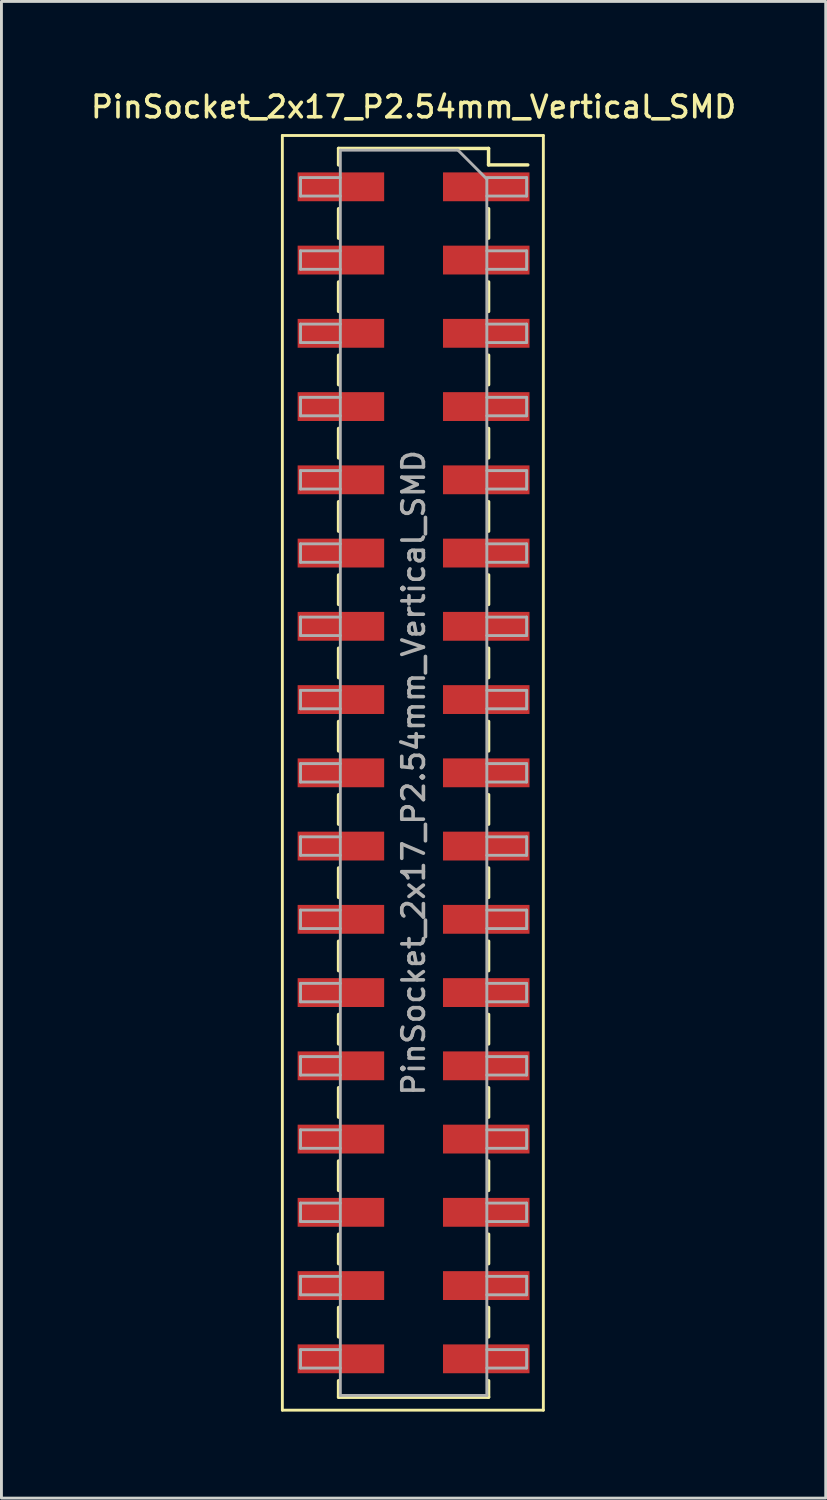
<source format=kicad_pcb>
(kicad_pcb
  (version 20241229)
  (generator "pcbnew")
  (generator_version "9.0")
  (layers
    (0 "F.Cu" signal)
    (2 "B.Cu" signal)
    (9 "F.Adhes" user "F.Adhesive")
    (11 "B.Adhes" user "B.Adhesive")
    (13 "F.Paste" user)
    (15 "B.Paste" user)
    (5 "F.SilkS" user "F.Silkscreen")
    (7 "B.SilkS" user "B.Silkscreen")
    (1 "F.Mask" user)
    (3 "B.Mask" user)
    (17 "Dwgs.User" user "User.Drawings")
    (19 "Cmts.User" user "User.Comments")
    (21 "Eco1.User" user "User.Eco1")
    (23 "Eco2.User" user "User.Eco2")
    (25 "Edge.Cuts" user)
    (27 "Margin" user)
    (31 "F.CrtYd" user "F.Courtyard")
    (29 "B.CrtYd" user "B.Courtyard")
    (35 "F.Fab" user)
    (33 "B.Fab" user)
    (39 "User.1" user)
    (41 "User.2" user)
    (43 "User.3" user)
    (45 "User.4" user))
  (footprint "PinSocket_2x17_P2.54mm_Vertical_SMD"
    (layer "F.Cu")
    (at 11.291 23.748)
    (property "Reference" "PinSocket_2x17_P2.54mm_Vertical_SMD" (at 0 -23.09 0) (layer "F.SilkS") (effects (font (size 0.75 0.75) (thickness 0.125))))
    (attr smd)
    (fp_line (start -4.55 -22.1) (end 4.5 -22.1) (stroke (width 0.1) (type solid)) (layer "F.SilkS"))
    (fp_line (start -4.55 22.1) (end -4.55 -22.1) (stroke (width 0.1) (type solid)) (layer "F.SilkS"))
    (fp_line (start -2.6 -21.65) (end -2.6 -21.08) (stroke (width 0.12) (type solid)) (layer "F.SilkS"))
    (fp_line (start -2.6 -21.65) (end 2.6 -21.65) (stroke (width 0.12) (type solid)) (layer "F.SilkS"))
    (fp_line (start -2.6 -19.56) (end -2.6 -18.54) (stroke (width 0.12) (type solid)) (layer "F.SilkS"))
    (fp_line (start -2.6 -17.02) (end -2.6 -16) (stroke (width 0.12) (type solid)) (layer "F.SilkS"))
    (fp_line (start -2.6 -14.48) (end -2.6 -13.46) (stroke (width 0.12) (type solid)) (layer "F.SilkS"))
    (fp_line (start -2.6 -11.94) (end -2.6 -10.92) (stroke (width 0.12) (type solid)) (layer "F.SilkS"))
    (fp_line (start -2.6 -9.4) (end -2.6 -8.38) (stroke (width 0.12) (type solid)) (layer "F.SilkS"))
    (fp_line (start -2.6 -6.86) (end -2.6 -5.84) (stroke (width 0.12) (type solid)) (layer "F.SilkS"))
    (fp_line (start -2.6 -4.32) (end -2.6 -3.3) (stroke (width 0.12) (type solid)) (layer "F.SilkS"))
    (fp_line (start -2.6 -1.78) (end -2.6 -0.76) (stroke (width 0.12) (type solid)) (layer "F.SilkS"))
    (fp_line (start -2.6 0.76) (end -2.6 1.78) (stroke (width 0.12) (type solid)) (layer "F.SilkS"))
    (fp_line (start -2.6 3.3) (end -2.6 4.32) (stroke (width 0.12) (type solid)) (layer "F.SilkS"))
    (fp_line (start -2.6 5.84) (end -2.6 6.86) (stroke (width 0.12) (type solid)) (layer "F.SilkS"))
    (fp_line (start -2.6 8.38) (end -2.6 9.4) (stroke (width 0.12) (type solid)) (layer "F.SilkS"))
    (fp_line (start -2.6 10.92) (end -2.6 11.94) (stroke (width 0.12) (type solid)) (layer "F.SilkS"))
    (fp_line (start -2.6 13.46) (end -2.6 14.48) (stroke (width 0.12) (type solid)) (layer "F.SilkS"))
    (fp_line (start -2.6 16) (end -2.6 17.02) (stroke (width 0.12) (type solid)) (layer "F.SilkS"))
    (fp_line (start -2.6 18.54) (end -2.6 19.56) (stroke (width 0.12) (type solid)) (layer "F.SilkS"))
    (fp_line (start -2.6 21.08) (end -2.6 21.65) (stroke (width 0.12) (type solid)) (layer "F.SilkS"))
    (fp_line (start -2.6 21.65) (end 2.6 21.65) (stroke (width 0.12) (type solid)) (layer "F.SilkS"))
    (fp_line (start 2.6 -21.65) (end 2.6 -21.08) (stroke (width 0.12) (type solid)) (layer "F.SilkS"))
    (fp_line (start 2.6 -21.08) (end 3.96 -21.08) (stroke (width 0.12) (type solid)) (layer "F.SilkS"))
    (fp_line (start 2.6 -19.56) (end 2.6 -18.54) (stroke (width 0.12) (type solid)) (layer "F.SilkS"))
    (fp_line (start 2.6 -17.02) (end 2.6 -16) (stroke (width 0.12) (type solid)) (layer "F.SilkS"))
    (fp_line (start 2.6 -14.48) (end 2.6 -13.46) (stroke (width 0.12) (type solid)) (layer "F.SilkS"))
    (fp_line (start 2.6 -11.94) (end 2.6 -10.92) (stroke (width 0.12) (type solid)) (layer "F.SilkS"))
    (fp_line (start 2.6 -9.4) (end 2.6 -8.38) (stroke (width 0.12) (type solid)) (layer "F.SilkS"))
    (fp_line (start 2.6 -6.86) (end 2.6 -5.84) (stroke (width 0.12) (type solid)) (layer "F.SilkS"))
    (fp_line (start 2.6 -4.32) (end 2.6 -3.3) (stroke (width 0.12) (type solid)) (layer "F.SilkS"))
    (fp_line (start 2.6 -1.78) (end 2.6 -0.76) (stroke (width 0.12) (type solid)) (layer "F.SilkS"))
    (fp_line (start 2.6 0.76) (end 2.6 1.78) (stroke (width 0.12) (type solid)) (layer "F.SilkS"))
    (fp_line (start 2.6 3.3) (end 2.6 4.32) (stroke (width 0.12) (type solid)) (layer "F.SilkS"))
    (fp_line (start 2.6 5.84) (end 2.6 6.86) (stroke (width 0.12) (type solid)) (layer "F.SilkS"))
    (fp_line (start 2.6 8.38) (end 2.6 9.4) (stroke (width 0.12) (type solid)) (layer "F.SilkS"))
    (fp_line (start 2.6 10.92) (end 2.6 11.94) (stroke (width 0.12) (type solid)) (layer "F.SilkS"))
    (fp_line (start 2.6 13.46) (end 2.6 14.48) (stroke (width 0.12) (type solid)) (layer "F.SilkS"))
    (fp_line (start 2.6 16) (end 2.6 17.02) (stroke (width 0.12) (type solid)) (layer "F.SilkS"))
    (fp_line (start 2.6 18.54) (end 2.6 19.56) (stroke (width 0.12) (type solid)) (layer "F.SilkS"))
    (fp_line (start 2.6 21.08) (end 2.6 21.65) (stroke (width 0.12) (type solid)) (layer "F.SilkS"))
    (fp_line (start 4.5 -22.1) (end 4.5 22.1) (stroke (width 0.1) (type solid)) (layer "F.SilkS"))
    (fp_line (start 4.5 22.1) (end -4.55 22.1) (stroke (width 0.1) (type solid)) (layer "F.SilkS"))
    (fp_line (start -3.92 -20.64) (end -2.54 -20.64) (stroke (width 0.1) (type solid)) (layer "F.Fab"))
    (fp_line (start -3.92 -20) (end -3.92 -20.64) (stroke (width 0.1) (type solid)) (layer "F.Fab"))
    (fp_line (start -3.92 -18.1) (end -2.54 -18.1) (stroke (width 0.1) (type solid)) (layer "F.Fab"))
    (fp_line (start -3.92 -17.46) (end -3.92 -18.1) (stroke (width 0.1) (type solid)) (layer "F.Fab"))
    (fp_line (start -3.92 -15.56) (end -2.54 -15.56) (stroke (width 0.1) (type solid)) (layer "F.Fab"))
    (fp_line (start -3.92 -14.92) (end -3.92 -15.56) (stroke (width 0.1) (type solid)) (layer "F.Fab"))
    (fp_line (start -3.92 -13.02) (end -2.54 -13.02) (stroke (width 0.1) (type solid)) (layer "F.Fab"))
    (fp_line (start -3.92 -12.38) (end -3.92 -13.02) (stroke (width 0.1) (type solid)) (layer "F.Fab"))
    (fp_line (start -3.92 -10.48) (end -2.54 -10.48) (stroke (width 0.1) (type solid)) (layer "F.Fab"))
    (fp_line (start -3.92 -9.84) (end -3.92 -10.48) (stroke (width 0.1) (type solid)) (layer "F.Fab"))
    (fp_line (start -3.92 -7.94) (end -2.54 -7.94) (stroke (width 0.1) (type solid)) (layer "F.Fab"))
    (fp_line (start -3.92 -7.3) (end -3.92 -7.94) (stroke (width 0.1) (type solid)) (layer "F.Fab"))
    (fp_line (start -3.92 -5.4) (end -2.54 -5.4) (stroke (width 0.1) (type solid)) (layer "F.Fab"))
    (fp_line (start -3.92 -4.76) (end -3.92 -5.4) (stroke (width 0.1) (type solid)) (layer "F.Fab"))
    (fp_line (start -3.92 -2.86) (end -2.54 -2.86) (stroke (width 0.1) (type solid)) (layer "F.Fab"))
    (fp_line (start -3.92 -2.22) (end -3.92 -2.86) (stroke (width 0.1) (type solid)) (layer "F.Fab"))
    (fp_line (start -3.92 -0.32) (end -2.54 -0.32) (stroke (width 0.1) (type solid)) (layer "F.Fab"))
    (fp_line (start -3.92 0.32) (end -3.92 -0.32) (stroke (width 0.1) (type solid)) (layer "F.Fab"))
    (fp_line (start -3.92 2.22) (end -2.54 2.22) (stroke (width 0.1) (type solid)) (layer "F.Fab"))
    (fp_line (start -3.92 2.86) (end -3.92 2.22) (stroke (width 0.1) (type solid)) (layer "F.Fab"))
    (fp_line (start -3.92 4.76) (end -2.54 4.76) (stroke (width 0.1) (type solid)) (layer "F.Fab"))
    (fp_line (start -3.92 5.4) (end -3.92 4.76) (stroke (width 0.1) (type solid)) (layer "F.Fab"))
    (fp_line (start -3.92 7.3) (end -2.54 7.3) (stroke (width 0.1) (type solid)) (layer "F.Fab"))
    (fp_line (start -3.92 7.94) (end -3.92 7.3) (stroke (width 0.1) (type solid)) (layer "F.Fab"))
    (fp_line (start -3.92 9.84) (end -2.54 9.84) (stroke (width 0.1) (type solid)) (layer "F.Fab"))
    (fp_line (start -3.92 10.48) (end -3.92 9.84) (stroke (width 0.1) (type solid)) (layer "F.Fab"))
    (fp_line (start -3.92 12.38) (end -2.54 12.38) (stroke (width 0.1) (type solid)) (layer "F.Fab"))
    (fp_line (start -3.92 13.02) (end -3.92 12.38) (stroke (width 0.1) (type solid)) (layer "F.Fab"))
    (fp_line (start -3.92 14.92) (end -2.54 14.92) (stroke (width 0.1) (type solid)) (layer "F.Fab"))
    (fp_line (start -3.92 15.56) (end -3.92 14.92) (stroke (width 0.1) (type solid)) (layer "F.Fab"))
    (fp_line (start -3.92 17.46) (end -2.54 17.46) (stroke (width 0.1) (type solid)) (layer "F.Fab"))
    (fp_line (start -3.92 18.1) (end -3.92 17.46) (stroke (width 0.1) (type solid)) (layer "F.Fab"))
    (fp_line (start -3.92 20) (end -2.54 20) (stroke (width 0.1) (type solid)) (layer "F.Fab"))
    (fp_line (start -3.92 20.64) (end -3.92 20) (stroke (width 0.1) (type solid)) (layer "F.Fab"))
    (fp_line (start -2.54 -21.59) (end 1.54 -21.59) (stroke (width 0.1) (type solid)) (layer "F.Fab"))
    (fp_line (start -2.54 -20) (end -3.92 -20) (stroke (width 0.1) (type solid)) (layer "F.Fab"))
    (fp_line (start -2.54 -17.46) (end -3.92 -17.46) (stroke (width 0.1) (type solid)) (layer "F.Fab"))
    (fp_line (start -2.54 -14.92) (end -3.92 -14.92) (stroke (width 0.1) (type solid)) (layer "F.Fab"))
    (fp_line (start -2.54 -12.38) (end -3.92 -12.38) (stroke (width 0.1) (type solid)) (layer "F.Fab"))
    (fp_line (start -2.54 -9.84) (end -3.92 -9.84) (stroke (width 0.1) (type solid)) (layer "F.Fab"))
    (fp_line (start -2.54 -7.3) (end -3.92 -7.3) (stroke (width 0.1) (type solid)) (layer "F.Fab"))
    (fp_line (start -2.54 -4.76) (end -3.92 -4.76) (stroke (width 0.1) (type solid)) (layer "F.Fab"))
    (fp_line (start -2.54 -2.22) (end -3.92 -2.22) (stroke (width 0.1) (type solid)) (layer "F.Fab"))
    (fp_line (start -2.54 0.32) (end -3.92 0.32) (stroke (width 0.1) (type solid)) (layer "F.Fab"))
    (fp_line (start -2.54 2.86) (end -3.92 2.86) (stroke (width 0.1) (type solid)) (layer "F.Fab"))
    (fp_line (start -2.54 5.4) (end -3.92 5.4) (stroke (width 0.1) (type solid)) (layer "F.Fab"))
    (fp_line (start -2.54 7.94) (end -3.92 7.94) (stroke (width 0.1) (type solid)) (layer "F.Fab"))
    (fp_line (start -2.54 10.48) (end -3.92 10.48) (stroke (width 0.1) (type solid)) (layer "F.Fab"))
    (fp_line (start -2.54 13.02) (end -3.92 13.02) (stroke (width 0.1) (type solid)) (layer "F.Fab"))
    (fp_line (start -2.54 15.56) (end -3.92 15.56) (stroke (width 0.1) (type solid)) (layer "F.Fab"))
    (fp_line (start -2.54 18.1) (end -3.92 18.1) (stroke (width 0.1) (type solid)) (layer "F.Fab"))
    (fp_line (start -2.54 20.64) (end -3.92 20.64) (stroke (width 0.1) (type solid)) (layer "F.Fab"))
    (fp_line (start -2.54 21.59) (end -2.54 -21.59) (stroke (width 0.1) (type solid)) (layer "F.Fab"))
    (fp_line (start 1.54 -21.59) (end 2.54 -20.59) (stroke (width 0.1) (type solid)) (layer "F.Fab"))
    (fp_line (start 2.54 -20.64) (end 3.92 -20.64) (stroke (width 0.1) (type solid)) (layer "F.Fab"))
    (fp_line (start 2.54 -20.59) (end 2.54 21.59) (stroke (width 0.1) (type solid)) (layer "F.Fab"))
    (fp_line (start 2.54 -18.1) (end 3.92 -18.1) (stroke (width 0.1) (type solid)) (layer "F.Fab"))
    (fp_line (start 2.54 -15.56) (end 3.92 -15.56) (stroke (width 0.1) (type solid)) (layer "F.Fab"))
    (fp_line (start 2.54 -13.02) (end 3.92 -13.02) (stroke (width 0.1) (type solid)) (layer "F.Fab"))
    (fp_line (start 2.54 -10.48) (end 3.92 -10.48) (stroke (width 0.1) (type solid)) (layer "F.Fab"))
    (fp_line (start 2.54 -7.94) (end 3.92 -7.94) (stroke (width 0.1) (type solid)) (layer "F.Fab"))
    (fp_line (start 2.54 -5.4) (end 3.92 -5.4) (stroke (width 0.1) (type solid)) (layer "F.Fab"))
    (fp_line (start 2.54 -2.86) (end 3.92 -2.86) (stroke (width 0.1) (type solid)) (layer "F.Fab"))
    (fp_line (start 2.54 -0.32) (end 3.92 -0.32) (stroke (width 0.1) (type solid)) (layer "F.Fab"))
    (fp_line (start 2.54 2.22) (end 3.92 2.22) (stroke (width 0.1) (type solid)) (layer "F.Fab"))
    (fp_line (start 2.54 4.76) (end 3.92 4.76) (stroke (width 0.1) (type solid)) (layer "F.Fab"))
    (fp_line (start 2.54 7.3) (end 3.92 7.3) (stroke (width 0.1) (type solid)) (layer "F.Fab"))
    (fp_line (start 2.54 9.84) (end 3.92 9.84) (stroke (width 0.1) (type solid)) (layer "F.Fab"))
    (fp_line (start 2.54 12.38) (end 3.92 12.38) (stroke (width 0.1) (type solid)) (layer "F.Fab"))
    (fp_line (start 2.54 14.92) (end 3.92 14.92) (stroke (width 0.1) (type solid)) (layer "F.Fab"))
    (fp_line (start 2.54 17.46) (end 3.92 17.46) (stroke (width 0.1) (type solid)) (layer "F.Fab"))
    (fp_line (start 2.54 20) (end 3.92 20) (stroke (width 0.1) (type solid)) (layer "F.Fab"))
    (fp_line (start 2.54 21.59) (end -2.54 21.59) (stroke (width 0.1) (type solid)) (layer "F.Fab"))
    (fp_line (start 3.92 -20.64) (end 3.92 -20) (stroke (width 0.1) (type solid)) (layer "F.Fab"))
    (fp_line (start 3.92 -20) (end 2.54 -20) (stroke (width 0.1) (type solid)) (layer "F.Fab"))
    (fp_line (start 3.92 -18.1) (end 3.92 -17.46) (stroke (width 0.1) (type solid)) (layer "F.Fab"))
    (fp_line (start 3.92 -17.46) (end 2.54 -17.46) (stroke (width 0.1) (type solid)) (layer "F.Fab"))
    (fp_line (start 3.92 -15.56) (end 3.92 -14.92) (stroke (width 0.1) (type solid)) (layer "F.Fab"))
    (fp_line (start 3.92 -14.92) (end 2.54 -14.92) (stroke (width 0.1) (type solid)) (layer "F.Fab"))
    (fp_line (start 3.92 -13.02) (end 3.92 -12.38) (stroke (width 0.1) (type solid)) (layer "F.Fab"))
    (fp_line (start 3.92 -12.38) (end 2.54 -12.38) (stroke (width 0.1) (type solid)) (layer "F.Fab"))
    (fp_line (start 3.92 -10.48) (end 3.92 -9.84) (stroke (width 0.1) (type solid)) (layer "F.Fab"))
    (fp_line (start 3.92 -9.84) (end 2.54 -9.84) (stroke (width 0.1) (type solid)) (layer "F.Fab"))
    (fp_line (start 3.92 -7.94) (end 3.92 -7.3) (stroke (width 0.1) (type solid)) (layer "F.Fab"))
    (fp_line (start 3.92 -7.3) (end 2.54 -7.3) (stroke (width 0.1) (type solid)) (layer "F.Fab"))
    (fp_line (start 3.92 -5.4) (end 3.92 -4.76) (stroke (width 0.1) (type solid)) (layer "F.Fab"))
    (fp_line (start 3.92 -4.76) (end 2.54 -4.76) (stroke (width 0.1) (type solid)) (layer "F.Fab"))
    (fp_line (start 3.92 -2.86) (end 3.92 -2.22) (stroke (width 0.1) (type solid)) (layer "F.Fab"))
    (fp_line (start 3.92 -2.22) (end 2.54 -2.22) (stroke (width 0.1) (type solid)) (layer "F.Fab"))
    (fp_line (start 3.92 -0.32) (end 3.92 0.32) (stroke (width 0.1) (type solid)) (layer "F.Fab"))
    (fp_line (start 3.92 0.32) (end 2.54 0.32) (stroke (width 0.1) (type solid)) (layer "F.Fab"))
    (fp_line (start 3.92 2.22) (end 3.92 2.86) (stroke (width 0.1) (type solid)) (layer "F.Fab"))
    (fp_line (start 3.92 2.86) (end 2.54 2.86) (stroke (width 0.1) (type solid)) (layer "F.Fab"))
    (fp_line (start 3.92 4.76) (end 3.92 5.4) (stroke (width 0.1) (type solid)) (layer "F.Fab"))
    (fp_line (start 3.92 5.4) (end 2.54 5.4) (stroke (width 0.1) (type solid)) (layer "F.Fab"))
    (fp_line (start 3.92 7.3) (end 3.92 7.94) (stroke (width 0.1) (type solid)) (layer "F.Fab"))
    (fp_line (start 3.92 7.94) (end 2.54 7.94) (stroke (width 0.1) (type solid)) (layer "F.Fab"))
    (fp_line (start 3.92 9.84) (end 3.92 10.48) (stroke (width 0.1) (type solid)) (layer "F.Fab"))
    (fp_line (start 3.92 10.48) (end 2.54 10.48) (stroke (width 0.1) (type solid)) (layer "F.Fab"))
    (fp_line (start 3.92 12.38) (end 3.92 13.02) (stroke (width 0.1) (type solid)) (layer "F.Fab"))
    (fp_line (start 3.92 13.02) (end 2.54 13.02) (stroke (width 0.1) (type solid)) (layer "F.Fab"))
    (fp_line (start 3.92 14.92) (end 3.92 15.56) (stroke (width 0.1) (type solid)) (layer "F.Fab"))
    (fp_line (start 3.92 15.56) (end 2.54 15.56) (stroke (width 0.1) (type solid)) (layer "F.Fab"))
    (fp_line (start 3.92 17.46) (end 3.92 18.1) (stroke (width 0.1) (type solid)) (layer "F.Fab"))
    (fp_line (start 3.92 18.1) (end 2.54 18.1) (stroke (width 0.1) (type solid)) (layer "F.Fab"))
    (fp_line (start 3.92 20) (end 3.92 20.64) (stroke (width 0.1) (type solid)) (layer "F.Fab"))
    (fp_line (start 3.92 20.64) (end 2.54 20.64) (stroke (width 0.1) (type solid)) (layer "F.Fab"))
    (fp_text user "${REFERENCE}" (at 0 0 90) (layer "F.Fab") (effects (font (size 0.75 0.75) (thickness 0.125))))
    (pad "1" smd rect (at 2.52 -20.32) (size 3 1) (layers "F.Cu" "F.Mask" "F.Paste"))
    (pad "2" smd rect (at -2.52 -20.32) (size 3 1) (layers "F.Cu" "F.Mask" "F.Paste"))
    (pad "3" smd rect (at 2.52 -17.78) (size 3 1) (layers "F.Cu" "F.Mask" "F.Paste"))
    (pad "4" smd rect (at -2.52 -17.78) (size 3 1) (layers "F.Cu" "F.Mask" "F.Paste"))
    (pad "5" smd rect (at 2.52 -15.24) (size 3 1) (layers "F.Cu" "F.Mask" "F.Paste"))
    (pad "6" smd rect (at -2.52 -15.24) (size 3 1) (layers "F.Cu" "F.Mask" "F.Paste"))
    (pad "7" smd rect (at 2.52 -12.7) (size 3 1) (layers "F.Cu" "F.Mask" "F.Paste"))
    (pad "8" smd rect (at -2.52 -12.7) (size 3 1) (layers "F.Cu" "F.Mask" "F.Paste"))
    (pad "9" smd rect (at 2.52 -10.16) (size 3 1) (layers "F.Cu" "F.Mask" "F.Paste"))
    (pad "10" smd rect (at -2.52 -10.16) (size 3 1) (layers "F.Cu" "F.Mask" "F.Paste"))
    (pad "11" smd rect (at 2.52 -7.62) (size 3 1) (layers "F.Cu" "F.Mask" "F.Paste"))
    (pad "12" smd rect (at -2.52 -7.62) (size 3 1) (layers "F.Cu" "F.Mask" "F.Paste"))
    (pad "13" smd rect (at 2.52 -5.08) (size 3 1) (layers "F.Cu" "F.Mask" "F.Paste"))
    (pad "14" smd rect (at -2.52 -5.08) (size 3 1) (layers "F.Cu" "F.Mask" "F.Paste"))
    (pad "15" smd rect (at 2.52 -2.54) (size 3 1) (layers "F.Cu" "F.Mask" "F.Paste"))
    (pad "16" smd rect (at -2.52 -2.54) (size 3 1) (layers "F.Cu" "F.Mask" "F.Paste"))
    (pad "17" smd rect (at 2.52 0) (size 3 1) (layers "F.Cu" "F.Mask" "F.Paste"))
    (pad "18" smd rect (at -2.52 0) (size 3 1) (layers "F.Cu" "F.Mask" "F.Paste"))
    (pad "19" smd rect (at 2.52 2.54) (size 3 1) (layers "F.Cu" "F.Mask" "F.Paste"))
    (pad "20" smd rect (at -2.52 2.54) (size 3 1) (layers "F.Cu" "F.Mask" "F.Paste"))
    (pad "21" smd rect (at 2.52 5.08) (size 3 1) (layers "F.Cu" "F.Mask" "F.Paste"))
    (pad "22" smd rect (at -2.52 5.08) (size 3 1) (layers "F.Cu" "F.Mask" "F.Paste"))
    (pad "23" smd rect (at 2.52 7.62) (size 3 1) (layers "F.Cu" "F.Mask" "F.Paste"))
    (pad "24" smd rect (at -2.52 7.62) (size 3 1) (layers "F.Cu" "F.Mask" "F.Paste"))
    (pad "25" smd rect (at 2.52 10.16) (size 3 1) (layers "F.Cu" "F.Mask" "F.Paste"))
    (pad "26" smd rect (at -2.52 10.16) (size 3 1) (layers "F.Cu" "F.Mask" "F.Paste"))
    (pad "27" smd rect (at 2.52 12.7) (size 3 1) (layers "F.Cu" "F.Mask" "F.Paste"))
    (pad "28" smd rect (at -2.52 12.7) (size 3 1) (layers "F.Cu" "F.Mask" "F.Paste"))
    (pad "29" smd rect (at 2.52 15.24) (size 3 1) (layers "F.Cu" "F.Mask" "F.Paste"))
    (pad "30" smd rect (at -2.52 15.24) (size 3 1) (layers "F.Cu" "F.Mask" "F.Paste"))
    (pad "31" smd rect (at 2.52 17.78) (size 3 1) (layers "F.Cu" "F.Mask" "F.Paste"))
    (pad "32" smd rect (at -2.52 17.78) (size 3 1) (layers "F.Cu" "F.Mask" "F.Paste"))
    (pad "33" smd rect (at 2.52 20.32) (size 3 1) (layers "F.Cu" "F.Mask" "F.Paste"))
    (pad "34" smd rect (at -2.52 20.32) (size 3 1) (layers "F.Cu" "F.Mask" "F.Paste")))
  (gr_rect
    (start -3 -3)
    (end 25.582 48.898)
    (stroke (width 0.1) (type default))
    (fill no)
    (layer "Edge.Cuts")))
</source>
